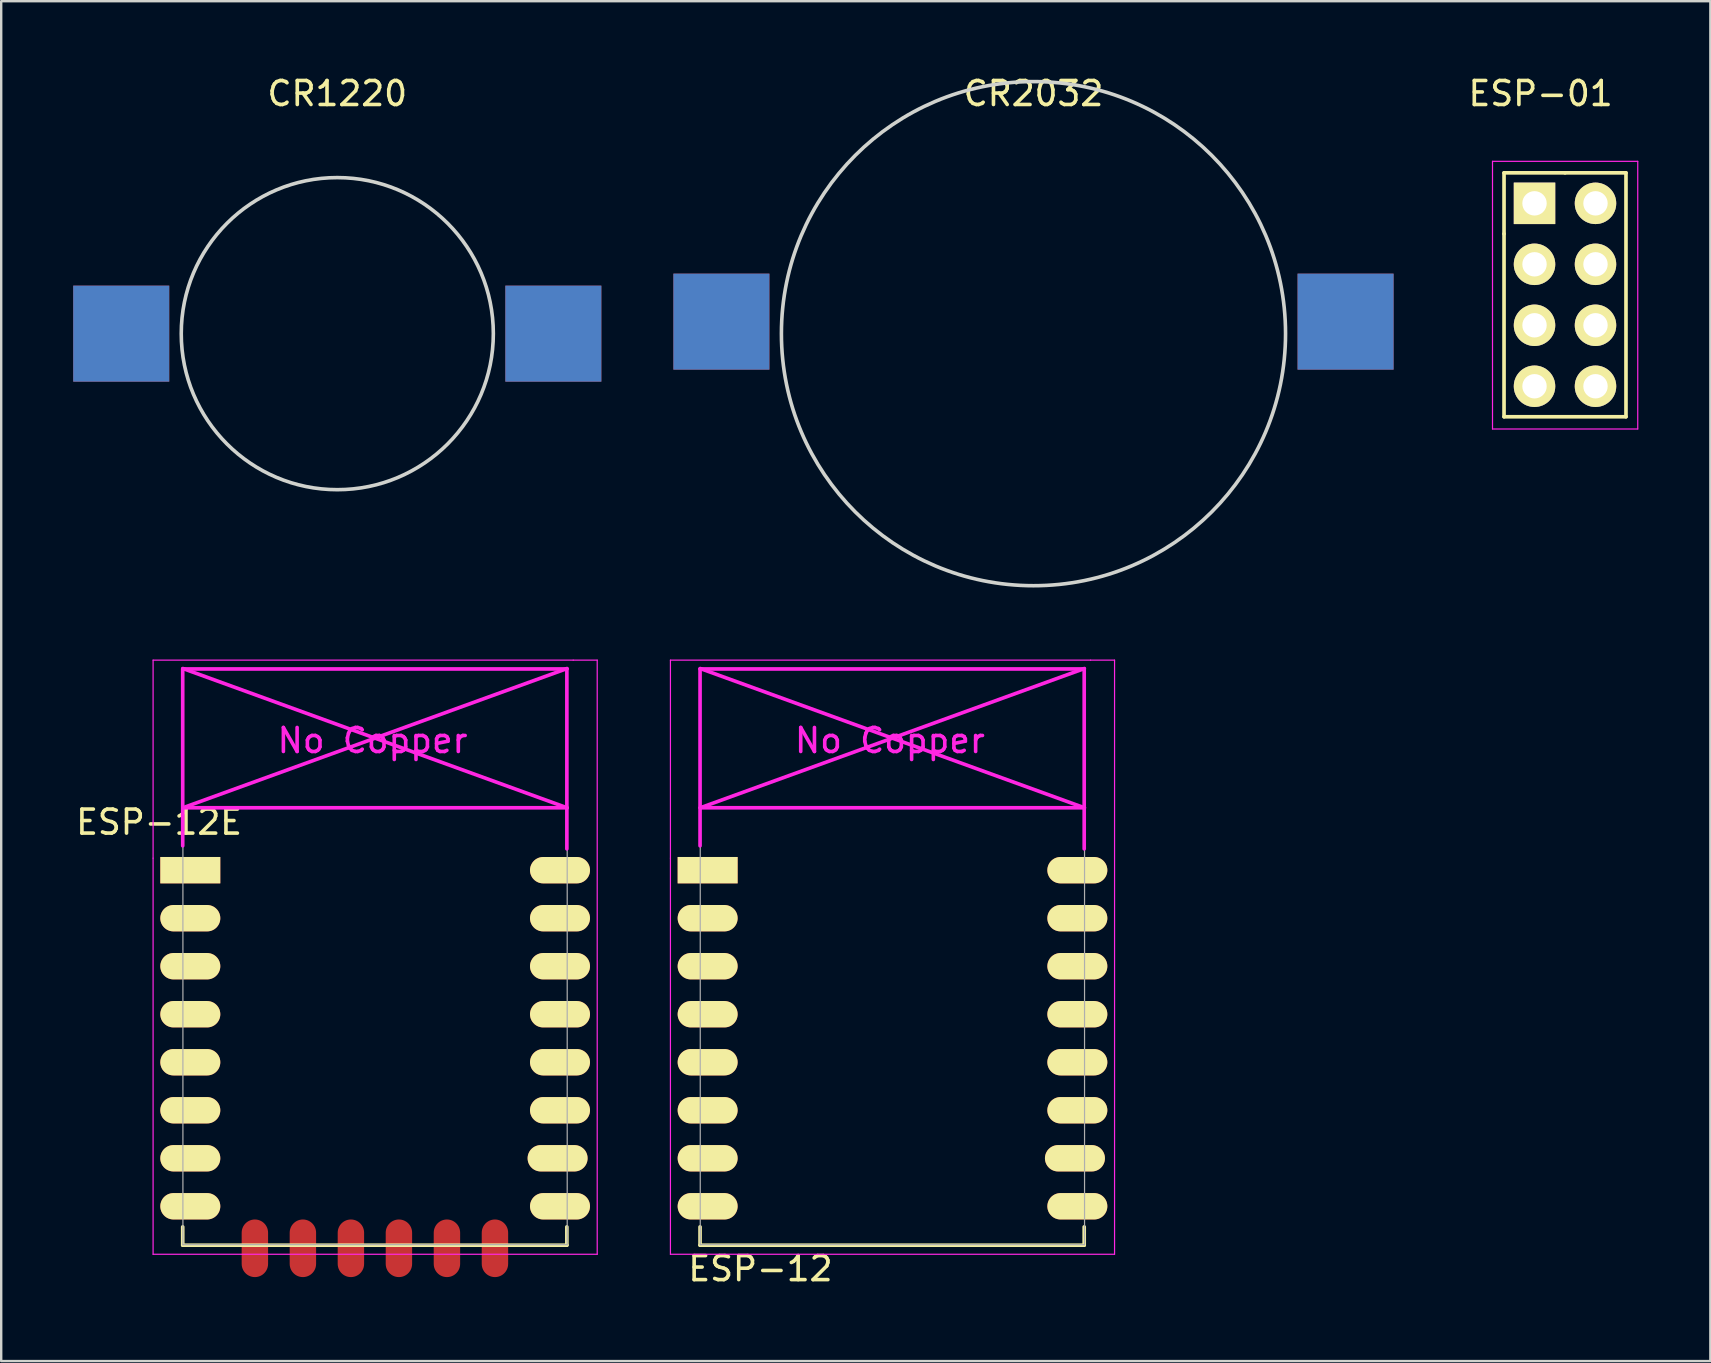
<source format=kicad_pcb>
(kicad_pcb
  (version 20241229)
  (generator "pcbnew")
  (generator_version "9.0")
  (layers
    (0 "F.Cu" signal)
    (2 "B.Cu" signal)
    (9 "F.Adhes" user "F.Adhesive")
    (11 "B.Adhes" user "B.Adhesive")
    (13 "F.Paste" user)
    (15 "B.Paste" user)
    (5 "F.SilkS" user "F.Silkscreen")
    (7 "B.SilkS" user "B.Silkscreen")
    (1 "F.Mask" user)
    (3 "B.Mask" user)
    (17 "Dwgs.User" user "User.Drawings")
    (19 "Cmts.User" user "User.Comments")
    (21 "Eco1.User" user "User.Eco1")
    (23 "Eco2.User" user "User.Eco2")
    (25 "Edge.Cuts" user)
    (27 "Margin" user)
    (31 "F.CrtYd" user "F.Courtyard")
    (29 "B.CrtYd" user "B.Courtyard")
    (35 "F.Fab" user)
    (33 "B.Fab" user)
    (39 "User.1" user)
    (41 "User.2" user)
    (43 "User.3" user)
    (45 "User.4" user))
  (footprint "CR2032"
    (layer "F.Cu")
    (at 40 0.348)
    (property "Reference" "CR2032" (at 0 0.5 0) (layer "F.SilkS") (effects (font (size 1 1) (thickness 0.15))))
    (attr through_hole)
    (fp_circle (center 0 10.5) (end 10.5 10.5) (stroke (width 0.15) (type solid)) (fill no) (layer "Edge.Cuts"))
    (pad "1" smd rect (at -13 10) (size 4 4) (layers "F.Cu" "F.Mask" "F.Paste"))
    (pad "1" smd rect (at 13 10) (size 4 4) (layers "F.Cu" "F.Mask" "F.Paste"))
    (pad "2" smd rect (at -13 10) (size 4 4) (layers "B.Cu" "B.Mask" "B.Paste"))
    (pad "2" smd rect (at 13 10) (size 4 4) (layers "B.Cu" "B.Mask" "B.Paste")))
  (footprint "ESP-12E"
    (layer "F.Cu")
    (at 5.577 33.198)
    (property "Reference" "ESP-12E" (at -2 -2 0) (layer "F.SilkS") (effects (font (size 1 1) (thickness 0.15))))
    (attr through_hole)
    (fp_line (start -1.016 14.859) (end -1.016 15.621) (stroke (width 0.152) (type solid)) (layer "F.SilkS"))
    (fp_line (start -1.016 15.621) (end 14.986 15.621) (stroke (width 0.152) (type solid)) (layer "F.SilkS"))
    (fp_line (start 14.986 15.621) (end 14.986 14.859) (stroke (width 0.152) (type solid)) (layer "F.SilkS"))
    (fp_line (start -2.25 -8.75) (end 15.25 -8.75) (stroke (width 0.05) (type solid)) (layer "F.CrtYd"))
    (fp_line (start -2.25 -0.5) (end -2.25 -8.75) (stroke (width 0.05) (type solid)) (layer "F.CrtYd"))
    (fp_line (start -2.25 16) (end -2.25 -0.5) (stroke (width 0.05) (type solid)) (layer "F.CrtYd"))
    (fp_line (start -1.016 -8.382) (end -1.016 -1.016) (stroke (width 0.152) (type solid)) (layer "F.CrtYd"))
    (fp_line (start -1.016 -8.382) (end 14.986 -8.382) (stroke (width 0.152) (type solid)) (layer "F.CrtYd"))
    (fp_line (start -1.008 -8.4) (end 14.992 -2.6) (stroke (width 0.152) (type solid)) (layer "F.CrtYd"))
    (fp_line (start -1.008 -2.6) (end 14.992 -2.6) (stroke (width 0.152) (type solid)) (layer "F.CrtYd"))
    (fp_line (start 14.986 -8.382) (end 14.986 -0.889) (stroke (width 0.152) (type solid)) (layer "F.CrtYd"))
    (fp_line (start 14.992 -8.4) (end -1.008 -2.6) (stroke (width 0.152) (type solid)) (layer "F.CrtYd"))
    (fp_line (start 15.25 -8.75) (end 16.25 -8.75) (stroke (width 0.05) (type solid)) (layer "F.CrtYd"))
    (fp_line (start 16.25 -8.75) (end 16.25 16) (stroke (width 0.05) (type solid)) (layer "F.CrtYd"))
    (fp_line (start 16.25 16) (end -2.25 16) (stroke (width 0.05) (type solid)) (layer "F.CrtYd"))
    (fp_line (start -1.008 -8.4) (end 14.992 -8.4) (stroke (width 0.05) (type solid)) (layer "F.Fab"))
    (fp_line (start -1.008 15.6) (end -1.008 -8.4) (stroke (width 0.05) (type solid)) (layer "F.Fab"))
    (fp_line (start 14.992 15.6) (end -1.008 15.6) (stroke (width 0.05) (type solid)) (layer "F.Fab"))
    (fp_line (start 15 -8.4) (end 15 15.6) (stroke (width 0.05) (type solid)) (layer "F.Fab"))
    (fp_text user "No Copper" (at 6.892 -5.4 0) (layer "F.CrtYd") (effects (font (size 1 1) (thickness 0.15))))
    (pad "1" smd rect (at 0 0) (size 2.5 1.1) (drill (offset -0.7 0)) (layers "F.Cu" "F.Mask" "F.SilkS"))
    (pad "2" smd oval (at 0 2) (size 2.5 1.1) (drill (offset -0.7 0)) (layers "F.Cu" "F.Mask" "F.SilkS"))
    (pad "3" smd oval (at 0 4) (size 2.5 1.1) (drill (offset -0.7 0)) (layers "F.Cu" "F.Mask" "F.SilkS"))
    (pad "4" smd oval (at 0 6) (size 2.5 1.1) (drill (offset -0.7 0)) (layers "F.Cu" "F.Mask" "F.SilkS"))
    (pad "5" smd oval (at 0 8) (size 2.5 1.1) (drill (offset -0.7 0)) (layers "F.Cu" "F.Mask" "F.SilkS"))
    (pad "6" smd oval (at 0 10) (size 2.5 1.1) (drill (offset -0.7 0)) (layers "F.Cu" "F.Mask" "F.SilkS"))
    (pad "7" smd oval (at 0 12) (size 2.5 1.1) (drill (offset -0.7 0)) (layers "F.Cu" "F.Mask" "F.SilkS"))
    (pad "8" smd oval (at 0 14) (size 2.5 1.1) (drill (offset -0.7 0)) (layers "F.Cu" "F.Mask" "F.SilkS"))
    (pad "9" smd oval (at 1.99 15.75 90) (size 2.4 1.1) (layers "F.Cu" "F.Mask" "F.Paste"))
    (pad "10" smd oval (at 3.99 15.75 90) (size 2.4 1.1) (layers "F.Cu" "F.Mask" "F.Paste"))
    (pad "11" smd oval (at 5.99 15.75 90) (size 2.4 1.1) (layers "F.Cu" "F.Mask" "F.Paste"))
    (pad "12" smd oval (at 7.99 15.75 90) (size 2.4 1.1) (layers "F.Cu" "F.Mask" "F.Paste"))
    (pad "13" smd oval (at 9.99 15.75 90) (size 2.4 1.1) (layers "F.Cu" "F.Mask" "F.Paste"))
    (pad "14" smd oval (at 11.99 15.75 90) (size 2.4 1.1) (layers "F.Cu" "F.Mask" "F.Paste"))
    (pad "15" smd oval (at 14 14) (size 2.5 1.1) (drill (offset 0.7 0)) (layers "F.Cu" "F.Mask" "F.SilkS"))
    (pad "16" smd oval (at 14 12) (size 2.5 1.1) (drill (offset 0.6 0)) (layers "F.Cu" "F.Mask" "F.SilkS"))
    (pad "17" smd oval (at 14 10) (size 2.5 1.1) (drill (offset 0.7 0)) (layers "F.Cu" "F.Mask" "F.SilkS"))
    (pad "18" smd oval (at 14 8) (size 2.5 1.1) (drill (offset 0.7 0)) (layers "F.Cu" "F.Mask" "F.SilkS"))
    (pad "19" smd oval (at 14 6) (size 2.5 1.1) (drill (offset 0.7 0)) (layers "F.Cu" "F.Mask" "F.SilkS"))
    (pad "20" smd oval (at 14 4) (size 2.5 1.1) (drill (offset 0.7 0)) (layers "F.Cu" "F.Mask" "F.SilkS"))
    (pad "21" smd oval (at 14 2) (size 2.5 1.1) (drill (offset 0.7 0)) (layers "F.Cu" "F.Mask" "F.SilkS"))
    (pad "22" smd oval (at 14 0) (size 2.5 1.1) (drill (offset 0.7 0)) (layers "F.Cu" "F.Mask" "F.SilkS")))
  (footprint "ESP-01"
    (layer "F.Cu")
    (at 60.871 5.42)
    (property "Reference" "ESP-01" (at 0.254 -4.572 0) (layer "F.SilkS") (effects (font (size 1 1) (thickness 0.15))))
    (attr through_hole)
    (fp_line (start -1.27 -1.27) (end -1.27 1.27) (stroke (width 0.152) (type solid)) (layer "F.SilkS"))
    (fp_line (start -1.27 1.27) (end -1.27 8.89) (stroke (width 0.152) (type solid)) (layer "F.SilkS"))
    (fp_line (start -1.27 8.89) (end 3.81 8.89) (stroke (width 0.152) (type solid)) (layer "F.SilkS"))
    (fp_line (start 1.27 -1.27) (end -1.27 -1.27) (stroke (width 0.152) (type solid)) (layer "F.SilkS"))
    (fp_line (start 3.81 -1.27) (end 1.27 -1.27) (stroke (width 0.152) (type solid)) (layer "F.SilkS"))
    (fp_line (start 3.81 8.89) (end 3.81 -1.27) (stroke (width 0.152) (type solid)) (layer "F.SilkS"))
    (fp_line (start -1.75 -1.75) (end -1.75 9.4) (stroke (width 0.05) (type solid)) (layer "F.CrtYd"))
    (fp_line (start -1.75 -1.75) (end 4.3 -1.75) (stroke (width 0.05) (type solid)) (layer "F.CrtYd"))
    (fp_line (start -1.75 9.4) (end 4.3 9.4) (stroke (width 0.05) (type solid)) (layer "F.CrtYd"))
    (fp_line (start 4.3 -1.75) (end 4.3 9.4) (stroke (width 0.05) (type solid)) (layer "F.CrtYd"))
    (pad "1" thru_hole rect (at 0 0) (size 1.727 1.727) (drill 1.016) (layers "*.Cu" "*.Mask" "F.SilkS"))
    (pad "2" thru_hole oval (at 2.54 0) (size 1.727 1.727) (drill 1.016) (layers "*.Cu" "*.Mask" "F.SilkS"))
    (pad "3" thru_hole oval (at 0 2.54) (size 1.727 1.727) (drill 1.016) (layers "*.Cu" "*.Mask" "F.SilkS"))
    (pad "4" thru_hole oval (at 2.54 2.54) (size 1.727 1.727) (drill 1.016) (layers "*.Cu" "*.Mask" "F.SilkS"))
    (pad "5" thru_hole oval (at 0 5.08) (size 1.727 1.727) (drill 1.016) (layers "*.Cu" "*.Mask" "F.SilkS"))
    (pad "6" thru_hole oval (at 2.54 5.08) (size 1.727 1.727) (drill 1.016) (layers "*.Cu" "*.Mask" "F.SilkS"))
    (pad "7" thru_hole oval (at 0 7.62) (size 1.727 1.727) (drill 1.016) (layers "*.Cu" "*.Mask" "F.SilkS"))
    (pad "8" thru_hole oval (at 2.54 7.62) (size 1.727 1.727) (drill 1.016) (layers "*.Cu" "*.Mask" "F.SilkS")))
  (footprint "CR1220"
    (layer "F.Cu")
    (at 11 0.348)
    (property "Reference" "CR1220" (at 0 0.5 0) (layer "F.SilkS") (effects (font (size 1 1) (thickness 0.15))))
    (attr through_hole)
    (fp_circle (center 0 10.5) (end 6.5 10.5) (stroke (width 0.15) (type solid)) (fill no) (layer "Edge.Cuts"))
    (pad "1" smd rect (at -9 10.5) (size 4 4) (layers "F.Cu" "F.Mask" "F.Paste"))
    (pad "1" smd rect (at 9 10.5) (size 4 4) (layers "F.Cu" "F.Mask" "F.Paste"))
    (pad "2" smd rect (at -9 10.5) (size 4 4) (layers "B.Cu" "B.Mask" "B.Paste"))
    (pad "2" smd rect (at 9 10.5) (size 4 4) (layers "B.Cu" "B.Mask" "B.Paste")))
  (footprint "ESP-12"
    (layer "F.Cu")
    (at 27.127 33.198)
    (property "Reference" "ESP-12" (at 1.5 16.6 0) (layer "F.SilkS") (effects (font (size 1 1) (thickness 0.15))))
    (attr through_hole)
    (fp_line (start -1.016 14.859) (end -1.016 15.621) (stroke (width 0.152) (type solid)) (layer "F.SilkS"))
    (fp_line (start -1.016 15.621) (end 14.986 15.621) (stroke (width 0.152) (type solid)) (layer "F.SilkS"))
    (fp_line (start 14.986 15.621) (end 14.986 14.859) (stroke (width 0.152) (type solid)) (layer "F.SilkS"))
    (fp_line (start -2.25 -8.75) (end 15.25 -8.75) (stroke (width 0.05) (type solid)) (layer "F.CrtYd"))
    (fp_line (start -2.25 -0.5) (end -2.25 -8.75) (stroke (width 0.05) (type solid)) (layer "F.CrtYd"))
    (fp_line (start -2.25 16) (end -2.25 -0.5) (stroke (width 0.05) (type solid)) (layer "F.CrtYd"))
    (fp_line (start -1.016 -8.382) (end -1.016 -1.016) (stroke (width 0.152) (type solid)) (layer "F.CrtYd"))
    (fp_line (start -1.016 -8.382) (end 14.986 -8.382) (stroke (width 0.152) (type solid)) (layer "F.CrtYd"))
    (fp_line (start -1.008 -8.4) (end 14.992 -2.6) (stroke (width 0.152) (type solid)) (layer "F.CrtYd"))
    (fp_line (start -1.008 -2.6) (end 14.992 -2.6) (stroke (width 0.152) (type solid)) (layer "F.CrtYd"))
    (fp_line (start 14.986 -8.382) (end 14.986 -0.889) (stroke (width 0.152) (type solid)) (layer "F.CrtYd"))
    (fp_line (start 14.992 -8.4) (end -1.008 -2.6) (stroke (width 0.152) (type solid)) (layer "F.CrtYd"))
    (fp_line (start 15.25 -8.75) (end 16.25 -8.75) (stroke (width 0.05) (type solid)) (layer "F.CrtYd"))
    (fp_line (start 16.25 -8.75) (end 16.25 16) (stroke (width 0.05) (type solid)) (layer "F.CrtYd"))
    (fp_line (start 16.25 16) (end -2.25 16) (stroke (width 0.05) (type solid)) (layer "F.CrtYd"))
    (fp_line (start -1.008 -8.4) (end 14.992 -8.4) (stroke (width 0.05) (type solid)) (layer "F.Fab"))
    (fp_line (start -1.008 15.6) (end -1.008 -8.4) (stroke (width 0.05) (type solid)) (layer "F.Fab"))
    (fp_line (start 14.992 15.6) (end -1.008 15.6) (stroke (width 0.05) (type solid)) (layer "F.Fab"))
    (fp_line (start 15 -8.4) (end 15 15.6) (stroke (width 0.05) (type solid)) (layer "F.Fab"))
    (fp_text user "No Copper" (at 6.892 -5.4 0) (layer "F.CrtYd") (effects (font (size 1 1) (thickness 0.15))))
    (pad "1" smd rect (at 0 0) (size 2.5 1.1) (drill (offset -0.7 0)) (layers "F.Cu" "F.Mask" "F.SilkS"))
    (pad "2" smd oval (at 0 2) (size 2.5 1.1) (drill (offset -0.7 0)) (layers "F.Cu" "F.Mask" "F.SilkS"))
    (pad "3" smd oval (at 0 4) (size 2.5 1.1) (drill (offset -0.7 0)) (layers "F.Cu" "F.Mask" "F.SilkS"))
    (pad "4" smd oval (at 0 6) (size 2.5 1.1) (drill (offset -0.7 0)) (layers "F.Cu" "F.Mask" "F.SilkS"))
    (pad "5" smd oval (at 0 8) (size 2.5 1.1) (drill (offset -0.7 0)) (layers "F.Cu" "F.Mask" "F.SilkS"))
    (pad "6" smd oval (at 0 10) (size 2.5 1.1) (drill (offset -0.7 0)) (layers "F.Cu" "F.Mask" "F.SilkS"))
    (pad "7" smd oval (at 0 12) (size 2.5 1.1) (drill (offset -0.7 0)) (layers "F.Cu" "F.Mask" "F.SilkS"))
    (pad "8" smd oval (at 0 14) (size 2.5 1.1) (drill (offset -0.7 0)) (layers "F.Cu" "F.Mask" "F.SilkS"))
    (pad "9" smd oval (at 14 14) (size 2.5 1.1) (drill (offset 0.7 0)) (layers "F.Cu" "F.Mask" "F.SilkS"))
    (pad "10" smd oval (at 14 12) (size 2.5 1.1) (drill (offset 0.6 0)) (layers "F.Cu" "F.Mask" "F.SilkS"))
    (pad "11" smd oval (at 14 10) (size 2.5 1.1) (drill (offset 0.7 0)) (layers "F.Cu" "F.Mask" "F.SilkS"))
    (pad "12" smd oval (at 14 8) (size 2.5 1.1) (drill (offset 0.7 0)) (layers "F.Cu" "F.Mask" "F.SilkS"))
    (pad "13" smd oval (at 14 6) (size 2.5 1.1) (drill (offset 0.7 0)) (layers "F.Cu" "F.Mask" "F.SilkS"))
    (pad "14" smd oval (at 14 4) (size 2.5 1.1) (drill (offset 0.7 0)) (layers "F.Cu" "F.Mask" "F.SilkS"))
    (pad "15" smd oval (at 14 2) (size 2.5 1.1) (drill (offset 0.7 0)) (layers "F.Cu" "F.Mask" "F.SilkS"))
    (pad "16" smd oval (at 14 0) (size 2.5 1.1) (drill (offset 0.7 0)) (layers "F.Cu" "F.Mask" "F.SilkS")))
  (gr_rect
    (start -3 -3)
    (end 68.196 53.647)
    (stroke (width 0.1) (type default))
    (fill no)
    (layer "Edge.Cuts")))
</source>
